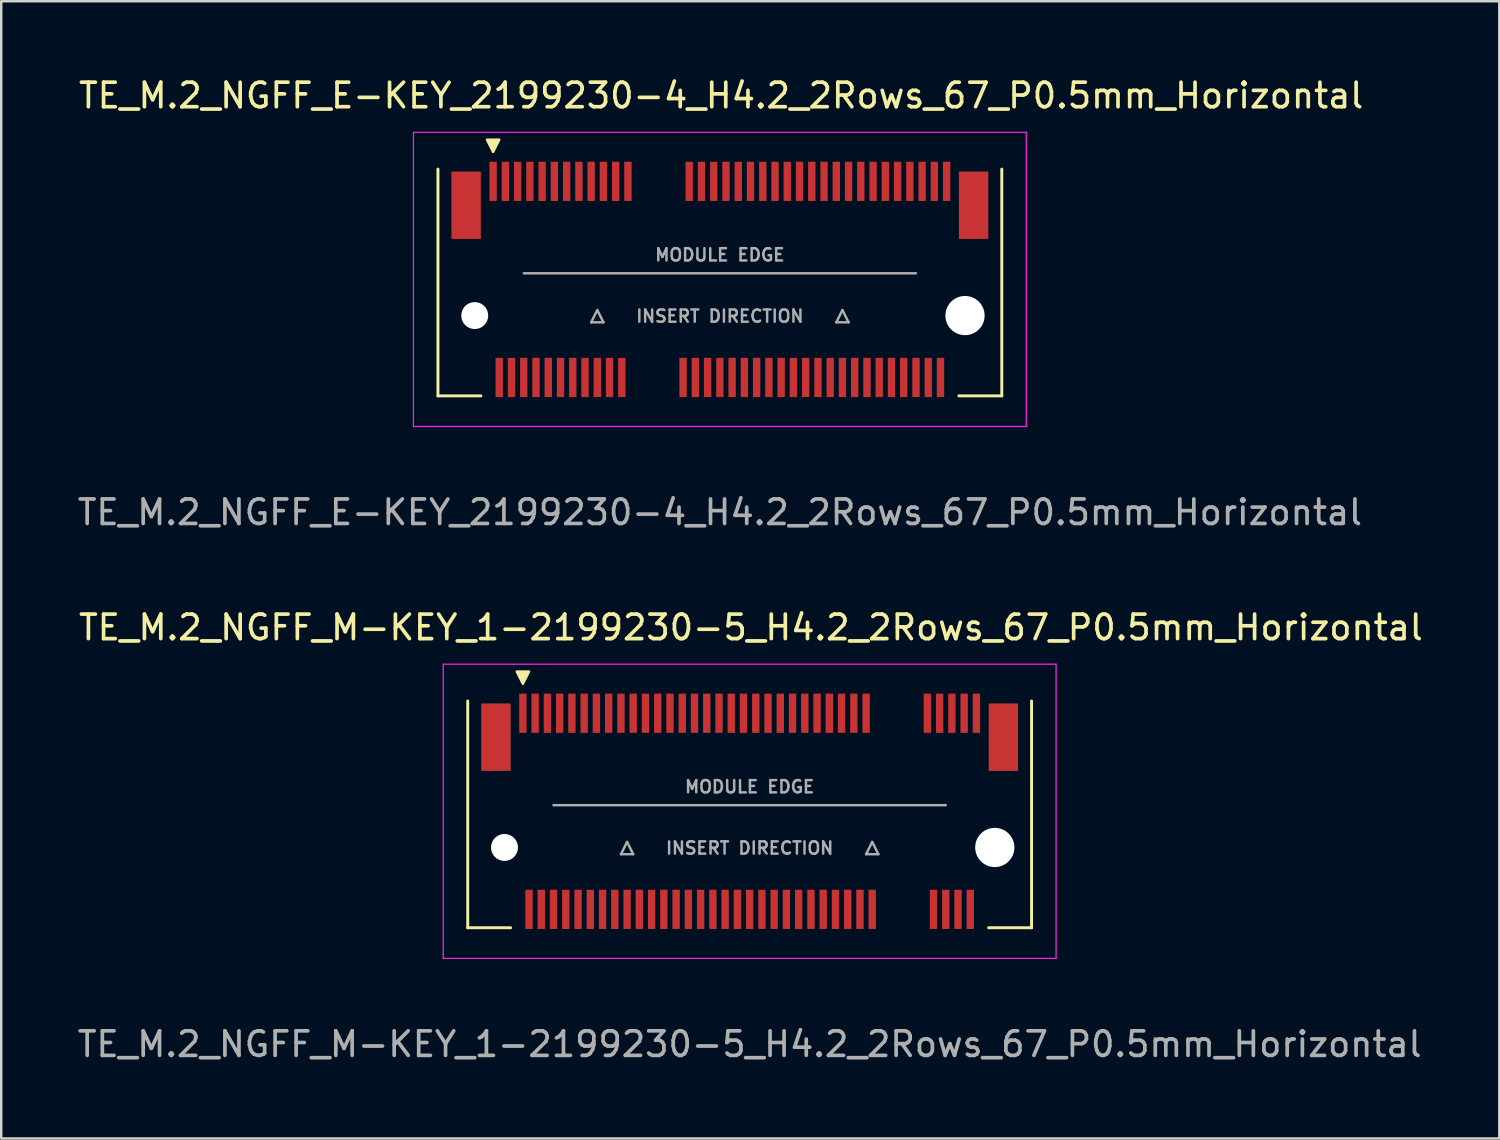
<source format=kicad_pcb>
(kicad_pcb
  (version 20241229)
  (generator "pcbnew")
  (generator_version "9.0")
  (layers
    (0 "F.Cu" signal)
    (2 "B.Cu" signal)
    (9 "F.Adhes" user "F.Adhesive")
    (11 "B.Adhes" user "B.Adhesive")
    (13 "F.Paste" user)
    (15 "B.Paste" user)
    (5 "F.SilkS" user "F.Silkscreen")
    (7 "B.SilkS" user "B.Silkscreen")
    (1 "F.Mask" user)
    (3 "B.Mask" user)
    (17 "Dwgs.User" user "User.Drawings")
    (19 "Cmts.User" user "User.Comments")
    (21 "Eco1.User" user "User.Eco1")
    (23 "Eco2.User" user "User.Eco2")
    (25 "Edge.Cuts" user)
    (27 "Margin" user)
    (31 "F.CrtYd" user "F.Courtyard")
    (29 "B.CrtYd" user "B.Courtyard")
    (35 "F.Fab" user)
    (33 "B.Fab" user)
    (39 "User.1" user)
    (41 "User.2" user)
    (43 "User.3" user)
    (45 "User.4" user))
  (footprint "TE_M.2_NGFF_E-KEY_2199230-4_H4.2_2Rows_67_P0.5mm_Horizontal"
    (layer "F.Cu")
    (at 26.315 8.348)
    (property "Reference" "TE_M.2_NGFF_E-KEY_2199230-4_H4.2_2Rows_67_P0.5mm_Horizontal" (at 0.05 -7.5 0) (layer "F.SilkS") (effects (font (size 1 1) (thickness 0.15))))
    (attr smd)
    (fp_line (start -11.5 4.75) (end -11.5 -4.5) (stroke (width 0.12) (type solid)) (layer "F.SilkS"))
    (fp_line (start -9.75 4.75) (end -11.5 4.75) (stroke (width 0.12) (type solid)) (layer "F.SilkS"))
    (fp_line (start 11.5 4.75) (end 9.75 4.75) (stroke (width 0.12) (type solid)) (layer "F.SilkS"))
    (fp_line (start 11.5 4.75) (end 11.5 -4.5) (stroke (width 0.12) (type solid)) (layer "F.SilkS"))
    (fp_poly (pts (xy -9.25 -5.2) (xy -9.5 -5.7) (xy -9 -5.7)) (stroke (width 0.1) (type solid)) (fill yes) (layer "F.SilkS"))
    (fp_line (start -12.5 -6) (end -12.5 6) (stroke (width 0.05) (type solid)) (layer "F.CrtYd"))
    (fp_line (start -12.5 6) (end 12.5 6) (stroke (width 0.05) (type solid)) (layer "F.CrtYd"))
    (fp_line (start 12.5 -6) (end -12.5 -6) (stroke (width 0.05) (type solid)) (layer "F.CrtYd"))
    (fp_line (start 12.5 6) (end 12.5 -6) (stroke (width 0.05) (type solid)) (layer "F.CrtYd"))
    (fp_line (start -5.25 1.75) (end -4.75 1.75) (stroke (width 0.1) (type solid)) (layer "F.Fab"))
    (fp_line (start -5 1.25) (end -5.25 1.75) (stroke (width 0.1) (type solid)) (layer "F.Fab"))
    (fp_line (start -4.75 1.75) (end -5 1.25) (stroke (width 0.1) (type solid)) (layer "F.Fab"))
    (fp_line (start 4.75 1.75) (end 5.25 1.75) (stroke (width 0.1) (type solid)) (layer "F.Fab"))
    (fp_line (start 5 1.25) (end 4.75 1.75) (stroke (width 0.1) (type solid)) (layer "F.Fab"))
    (fp_line (start 5.25 1.75) (end 5 1.25) (stroke (width 0.1) (type solid)) (layer "F.Fab"))
    (fp_line (start 8 -0.25) (end -8 -0.25) (stroke (width 0.1) (type solid)) (layer "F.Fab"))
    (fp_text user "MODULE EDGE" (at 0 -1 0) (layer "F.Fab") (effects (font (size 0.5 0.5) (thickness 0.1))))
    (fp_text user "${REFERENCE}" (at 0 9.5 0) (layer "F.Fab") (effects (font (size 1 1) (thickness 0.15))))
    (fp_text user "INSERT DIRECTION" (at 0 1.5 0) (layer "F.Fab") (effects (font (size 0.5 0.5) (thickness 0.1))))
    (pad "" smd rect (at -10.35 -3.025) (size 1.2 2.75) (layers "F.Cu" "F.Mask" "F.Paste"))
    (pad "" np_thru_hole circle (at -10 1.475) (size 1.1 1.1) (drill 1.1) (layers "*.Cu" "*.Mask"))
    (pad "" np_thru_hole circle (at 10 1.475) (size 1.6 1.6) (drill 1.6) (layers "*.Cu" "*.Mask"))
    (pad "" smd rect (at 10.35 -3.025) (size 1.2 2.75) (layers "F.Cu" "F.Mask" "F.Paste"))
    (pad "1" smd rect (at -9.25 -4) (size 0.3 1.6) (layers "F.Cu" "F.Mask" "F.Paste"))
    (pad "2" smd rect (at -9 4) (size 0.3 1.6) (layers "F.Cu" "F.Mask" "F.Paste"))
    (pad "3" smd rect (at -8.75 -4) (size 0.3 1.6) (layers "F.Cu" "F.Mask" "F.Paste"))
    (pad "4" smd rect (at -8.5 4) (size 0.3 1.6) (layers "F.Cu" "F.Mask" "F.Paste"))
    (pad "5" smd rect (at -8.25 -4) (size 0.3 1.6) (layers "F.Cu" "F.Mask" "F.Paste"))
    (pad "6" smd rect (at -8 4) (size 0.3 1.6) (layers "F.Cu" "F.Mask" "F.Paste"))
    (pad "7" smd rect (at -7.75 -4) (size 0.3 1.6) (layers "F.Cu" "F.Mask" "F.Paste"))
    (pad "8" smd rect (at -7.5 4) (size 0.3 1.6) (layers "F.Cu" "F.Mask" "F.Paste"))
    (pad "9" smd rect (at -7.25 -4) (size 0.3 1.6) (layers "F.Cu" "F.Mask" "F.Paste"))
    (pad "10" smd rect (at -7 4) (size 0.3 1.6) (layers "F.Cu" "F.Mask" "F.Paste"))
    (pad "11" smd rect (at -6.75 -4) (size 0.3 1.6) (layers "F.Cu" "F.Mask" "F.Paste"))
    (pad "12" smd rect (at -6.5 4) (size 0.3 1.6) (layers "F.Cu" "F.Mask" "F.Paste"))
    (pad "13" smd rect (at -6.25 -4) (size 0.3 1.6) (layers "F.Cu" "F.Mask" "F.Paste"))
    (pad "14" smd rect (at -6 4) (size 0.3 1.6) (layers "F.Cu" "F.Mask" "F.Paste"))
    (pad "15" smd rect (at -5.75 -4) (size 0.3 1.6) (layers "F.Cu" "F.Mask" "F.Paste"))
    (pad "16" smd rect (at -5.5 4) (size 0.3 1.6) (layers "F.Cu" "F.Mask" "F.Paste"))
    (pad "17" smd rect (at -5.25 -4) (size 0.3 1.6) (layers "F.Cu" "F.Mask" "F.Paste"))
    (pad "18" smd rect (at -5 4) (size 0.3 1.6) (layers "F.Cu" "F.Mask" "F.Paste"))
    (pad "19" smd rect (at -4.75 -4) (size 0.3 1.6) (layers "F.Cu" "F.Mask" "F.Paste"))
    (pad "20" smd rect (at -4.5 4) (size 0.3 1.6) (layers "F.Cu" "F.Mask" "F.Paste"))
    (pad "21" smd rect (at -4.25 -4) (size 0.3 1.6) (layers "F.Cu" "F.Mask" "F.Paste"))
    (pad "22" smd rect (at -4 4) (size 0.3 1.6) (layers "F.Cu" "F.Mask" "F.Paste"))
    (pad "23" smd rect (at -3.75 -4) (size 0.3 1.6) (layers "F.Cu" "F.Mask" "F.Paste"))
    (pad "32" smd rect (at -1.5 4) (size 0.3 1.6) (layers "F.Cu" "F.Mask" "F.Paste"))
    (pad "33" smd rect (at -1.25 -4) (size 0.3 1.6) (layers "F.Cu" "F.Mask" "F.Paste"))
    (pad "34" smd rect (at -1 4) (size 0.3 1.6) (layers "F.Cu" "F.Mask" "F.Paste"))
    (pad "35" smd rect (at -0.75 -4) (size 0.3 1.6) (layers "F.Cu" "F.Mask" "F.Paste"))
    (pad "36" smd rect (at -0.5 4) (size 0.3 1.6) (layers "F.Cu" "F.Mask" "F.Paste"))
    (pad "37" smd rect (at -0.25 -4) (size 0.3 1.6) (layers "F.Cu" "F.Mask" "F.Paste"))
    (pad "38" smd rect (at 0 4) (size 0.3 1.6) (layers "F.Cu" "F.Mask" "F.Paste"))
    (pad "39" smd rect (at 0.25 -4) (size 0.3 1.6) (layers "F.Cu" "F.Mask" "F.Paste"))
    (pad "40" smd rect (at 0.5 4) (size 0.3 1.6) (layers "F.Cu" "F.Mask" "F.Paste"))
    (pad "41" smd rect (at 0.75 -4) (size 0.3 1.6) (layers "F.Cu" "F.Mask" "F.Paste"))
    (pad "42" smd rect (at 1 4) (size 0.3 1.6) (layers "F.Cu" "F.Mask" "F.Paste"))
    (pad "43" smd rect (at 1.25 -4) (size 0.3 1.6) (layers "F.Cu" "F.Mask" "F.Paste"))
    (pad "44" smd rect (at 1.5 4) (size 0.3 1.6) (layers "F.Cu" "F.Mask" "F.Paste"))
    (pad "45" smd rect (at 1.75 -4) (size 0.3 1.6) (layers "F.Cu" "F.Mask" "F.Paste"))
    (pad "46" smd rect (at 2 4) (size 0.3 1.6) (layers "F.Cu" "F.Mask" "F.Paste"))
    (pad "47" smd rect (at 2.25 -4) (size 0.3 1.6) (layers "F.Cu" "F.Mask" "F.Paste"))
    (pad "48" smd rect (at 2.5 4) (size 0.3 1.6) (layers "F.Cu" "F.Mask" "F.Paste"))
    (pad "49" smd rect (at 2.75 -4) (size 0.3 1.6) (layers "F.Cu" "F.Mask" "F.Paste"))
    (pad "50" smd rect (at 3 4) (size 0.3 1.6) (layers "F.Cu" "F.Mask" "F.Paste"))
    (pad "51" smd rect (at 3.25 -4) (size 0.3 1.6) (layers "F.Cu" "F.Mask" "F.Paste"))
    (pad "52" smd rect (at 3.5 4) (size 0.3 1.6) (layers "F.Cu" "F.Mask" "F.Paste"))
    (pad "53" smd rect (at 3.75 -4) (size 0.3 1.6) (layers "F.Cu" "F.Mask" "F.Paste"))
    (pad "54" smd rect (at 4 4) (size 0.3 1.6) (layers "F.Cu" "F.Mask" "F.Paste"))
    (pad "55" smd rect (at 4.25 -4) (size 0.3 1.6) (layers "F.Cu" "F.Mask" "F.Paste"))
    (pad "56" smd rect (at 4.5 4) (size 0.3 1.6) (layers "F.Cu" "F.Mask" "F.Paste"))
    (pad "57" smd rect (at 4.75 -4) (size 0.3 1.6) (layers "F.Cu" "F.Mask" "F.Paste"))
    (pad "58" smd rect (at 5 4) (size 0.3 1.6) (layers "F.Cu" "F.Mask" "F.Paste"))
    (pad "59" smd rect (at 5.25 -4) (size 0.3 1.6) (layers "F.Cu" "F.Mask" "F.Paste"))
    (pad "60" smd rect (at 5.5 4) (size 0.3 1.6) (layers "F.Cu" "F.Mask" "F.Paste"))
    (pad "61" smd rect (at 5.75 -4) (size 0.3 1.6) (layers "F.Cu" "F.Mask" "F.Paste"))
    (pad "62" smd rect (at 6 4) (size 0.3 1.6) (layers "F.Cu" "F.Mask" "F.Paste"))
    (pad "63" smd rect (at 6.25 -4) (size 0.3 1.6) (layers "F.Cu" "F.Mask" "F.Paste"))
    (pad "64" smd rect (at 6.5 4) (size 0.3 1.6) (layers "F.Cu" "F.Mask" "F.Paste"))
    (pad "65" smd rect (at 6.75 -4) (size 0.3 1.6) (layers "F.Cu" "F.Mask" "F.Paste"))
    (pad "66" smd rect (at 7 4) (size 0.3 1.6) (layers "F.Cu" "F.Mask" "F.Paste"))
    (pad "67" smd rect (at 7.25 -4) (size 0.3 1.6) (layers "F.Cu" "F.Mask" "F.Paste"))
    (pad "68" smd rect (at 7.5 4) (size 0.3 1.6) (layers "F.Cu" "F.Mask" "F.Paste"))
    (pad "69" smd rect (at 7.75 -4) (size 0.3 1.6) (layers "F.Cu" "F.Mask" "F.Paste"))
    (pad "70" smd rect (at 8 4) (size 0.3 1.6) (layers "F.Cu" "F.Mask" "F.Paste"))
    (pad "71" smd rect (at 8.25 -4) (size 0.3 1.6) (layers "F.Cu" "F.Mask" "F.Paste"))
    (pad "72" smd rect (at 8.5 4) (size 0.3 1.6) (layers "F.Cu" "F.Mask" "F.Paste"))
    (pad "73" smd rect (at 8.75 -4) (size 0.3 1.6) (layers "F.Cu" "F.Mask" "F.Paste"))
    (pad "74" smd rect (at 9 4) (size 0.3 1.6) (layers "F.Cu" "F.Mask" "F.Paste"))
    (pad "75" smd rect (at 9.25 -4) (size 0.3 1.6) (layers "F.Cu" "F.Mask" "F.Paste")))
  (footprint "TE_M.2_NGFF_M-KEY_1-2199230-5_H4.2_2Rows_67_P0.5mm_Horizontal"
    (layer "F.Cu")
    (at 27.53 30.045)
    (property "Reference" "TE_M.2_NGFF_M-KEY_1-2199230-5_H4.2_2Rows_67_P0.5mm_Horizontal" (at 0.05 -7.5 0) (layer "F.SilkS") (effects (font (size 1 1) (thickness 0.15))))
    (attr smd)
    (fp_line (start -11.5 4.75) (end -11.5 -4.5) (stroke (width 0.12) (type solid)) (layer "F.SilkS"))
    (fp_line (start -9.75 4.75) (end -11.5 4.75) (stroke (width 0.12) (type solid)) (layer "F.SilkS"))
    (fp_line (start 11.5 4.75) (end 9.75 4.75) (stroke (width 0.12) (type solid)) (layer "F.SilkS"))
    (fp_line (start 11.5 4.75) (end 11.5 -4.5) (stroke (width 0.12) (type solid)) (layer "F.SilkS"))
    (fp_poly (pts (xy -9.25 -5.2) (xy -9.5 -5.7) (xy -9 -5.7)) (stroke (width 0.1) (type solid)) (fill yes) (layer "F.SilkS"))
    (fp_line (start -12.5 -6) (end -12.5 6) (stroke (width 0.05) (type solid)) (layer "F.CrtYd"))
    (fp_line (start -12.5 6) (end 12.5 6) (stroke (width 0.05) (type solid)) (layer "F.CrtYd"))
    (fp_line (start 12.5 -6) (end -12.5 -6) (stroke (width 0.05) (type solid)) (layer "F.CrtYd"))
    (fp_line (start 12.5 6) (end 12.5 -6) (stroke (width 0.05) (type solid)) (layer "F.CrtYd"))
    (fp_line (start -5.25 1.75) (end -4.75 1.75) (stroke (width 0.1) (type solid)) (layer "F.Fab"))
    (fp_line (start -5 1.25) (end -5.25 1.75) (stroke (width 0.1) (type solid)) (layer "F.Fab"))
    (fp_line (start -4.75 1.75) (end -5 1.25) (stroke (width 0.1) (type solid)) (layer "F.Fab"))
    (fp_line (start 4.75 1.75) (end 5.25 1.75) (stroke (width 0.1) (type solid)) (layer "F.Fab"))
    (fp_line (start 5 1.25) (end 4.75 1.75) (stroke (width 0.1) (type solid)) (layer "F.Fab"))
    (fp_line (start 5.25 1.75) (end 5 1.25) (stroke (width 0.1) (type solid)) (layer "F.Fab"))
    (fp_line (start 8 -0.25) (end -8 -0.25) (stroke (width 0.1) (type solid)) (layer "F.Fab"))
    (fp_text user "${REFERENCE}" (at 0 9.5 0) (layer "F.Fab") (effects (font (size 1 1) (thickness 0.15))))
    (fp_text user "INSERT DIRECTION" (at 0 1.5 0) (layer "F.Fab") (effects (font (size 0.5 0.5) (thickness 0.1))))
    (fp_text user "MODULE EDGE" (at 0 -1 0) (layer "F.Fab") (effects (font (size 0.5 0.5) (thickness 0.1))))
    (pad "" smd rect (at -10.35 -3.025) (size 1.2 2.75) (layers "F.Cu" "F.Mask" "F.Paste"))
    (pad "" np_thru_hole circle (at -10 1.475) (size 1.1 1.1) (drill 1.1) (layers "*.Cu" "*.Mask"))
    (pad "" np_thru_hole circle (at 10 1.475) (size 1.6 1.6) (drill 1.6) (layers "*.Cu" "*.Mask"))
    (pad "" smd rect (at 10.35 -3.025) (size 1.2 2.75) (layers "F.Cu" "F.Mask" "F.Paste"))
    (pad "1" smd rect (at -9.25 -4) (size 0.3 1.6) (layers "F.Cu" "F.Mask" "F.Paste"))
    (pad "2" smd rect (at -9 4) (size 0.3 1.6) (layers "F.Cu" "F.Mask" "F.Paste"))
    (pad "3" smd rect (at -8.75 -4) (size 0.3 1.6) (layers "F.Cu" "F.Mask" "F.Paste"))
    (pad "4" smd rect (at -8.5 4) (size 0.3 1.6) (layers "F.Cu" "F.Mask" "F.Paste"))
    (pad "5" smd rect (at -8.25 -4) (size 0.3 1.6) (layers "F.Cu" "F.Mask" "F.Paste"))
    (pad "6" smd rect (at -8 4) (size 0.3 1.6) (layers "F.Cu" "F.Mask" "F.Paste"))
    (pad "7" smd rect (at -7.75 -4) (size 0.3 1.6) (layers "F.Cu" "F.Mask" "F.Paste"))
    (pad "8" smd rect (at -7.5 4) (size 0.3 1.6) (layers "F.Cu" "F.Mask" "F.Paste"))
    (pad "9" smd rect (at -7.25 -4) (size 0.3 1.6) (layers "F.Cu" "F.Mask" "F.Paste"))
    (pad "10" smd rect (at -7 4) (size 0.3 1.6) (layers "F.Cu" "F.Mask" "F.Paste"))
    (pad "11" smd rect (at -6.75 -4) (size 0.3 1.6) (layers "F.Cu" "F.Mask" "F.Paste"))
    (pad "12" smd rect (at -6.5 4) (size 0.3 1.6) (layers "F.Cu" "F.Mask" "F.Paste"))
    (pad "13" smd rect (at -6.25 -4) (size 0.3 1.6) (layers "F.Cu" "F.Mask" "F.Paste"))
    (pad "14" smd rect (at -6 4) (size 0.3 1.6) (layers "F.Cu" "F.Mask" "F.Paste"))
    (pad "15" smd rect (at -5.75 -4) (size 0.3 1.6) (layers "F.Cu" "F.Mask" "F.Paste"))
    (pad "16" smd rect (at -5.5 4) (size 0.3 1.6) (layers "F.Cu" "F.Mask" "F.Paste"))
    (pad "17" smd rect (at -5.25 -4) (size 0.3 1.6) (layers "F.Cu" "F.Mask" "F.Paste"))
    (pad "18" smd rect (at -5 4) (size 0.3 1.6) (layers "F.Cu" "F.Mask" "F.Paste"))
    (pad "19" smd rect (at -4.75 -4) (size 0.3 1.6) (layers "F.Cu" "F.Mask" "F.Paste"))
    (pad "20" smd rect (at -4.5 4) (size 0.3 1.6) (layers "F.Cu" "F.Mask" "F.Paste"))
    (pad "21" smd rect (at -4.25 -4) (size 0.3 1.6) (layers "F.Cu" "F.Mask" "F.Paste"))
    (pad "22" smd rect (at -4 4) (size 0.3 1.6) (layers "F.Cu" "F.Mask" "F.Paste"))
    (pad "23" smd rect (at -3.75 -4) (size 0.3 1.6) (layers "F.Cu" "F.Mask" "F.Paste"))
    (pad "24" smd rect (at -3.5 4) (size 0.3 1.6) (layers "F.Cu" "F.Mask" "F.Paste"))
    (pad "25" smd rect (at -3.25 -4) (size 0.3 1.6) (layers "F.Cu" "F.Mask" "F.Paste"))
    (pad "26" smd rect (at -3 4) (size 0.3 1.6) (layers "F.Cu" "F.Mask" "F.Paste"))
    (pad "27" smd rect (at -2.75 -4) (size 0.3 1.6) (layers "F.Cu" "F.Mask" "F.Paste"))
    (pad "28" smd rect (at -2.5 4) (size 0.3 1.6) (layers "F.Cu" "F.Mask" "F.Paste"))
    (pad "29" smd rect (at -2.25 -4) (size 0.3 1.6) (layers "F.Cu" "F.Mask" "F.Paste"))
    (pad "30" smd rect (at -2 4) (size 0.3 1.6) (layers "F.Cu" "F.Mask" "F.Paste"))
    (pad "31" smd rect (at -1.75 -4) (size 0.3 1.6) (layers "F.Cu" "F.Mask" "F.Paste"))
    (pad "32" smd rect (at -1.5 4) (size 0.3 1.6) (layers "F.Cu" "F.Mask" "F.Paste"))
    (pad "33" smd rect (at -1.25 -4) (size 0.3 1.6) (layers "F.Cu" "F.Mask" "F.Paste"))
    (pad "34" smd rect (at -1 4) (size 0.3 1.6) (layers "F.Cu" "F.Mask" "F.Paste"))
    (pad "35" smd rect (at -0.75 -4) (size 0.3 1.6) (layers "F.Cu" "F.Mask" "F.Paste"))
    (pad "36" smd rect (at -0.5 4) (size 0.3 1.6) (layers "F.Cu" "F.Mask" "F.Paste"))
    (pad "37" smd rect (at -0.25 -4) (size 0.3 1.6) (layers "F.Cu" "F.Mask" "F.Paste"))
    (pad "38" smd rect (at 0 4) (size 0.3 1.6) (layers "F.Cu" "F.Mask" "F.Paste"))
    (pad "39" smd rect (at 0.25 -4) (size 0.3 1.6) (layers "F.Cu" "F.Mask" "F.Paste"))
    (pad "40" smd rect (at 0.5 4) (size 0.3 1.6) (layers "F.Cu" "F.Mask" "F.Paste"))
    (pad "41" smd rect (at 0.75 -4) (size 0.3 1.6) (layers "F.Cu" "F.Mask" "F.Paste"))
    (pad "42" smd rect (at 1 4) (size 0.3 1.6) (layers "F.Cu" "F.Mask" "F.Paste"))
    (pad "43" smd rect (at 1.25 -4) (size 0.3 1.6) (layers "F.Cu" "F.Mask" "F.Paste"))
    (pad "44" smd rect (at 1.5 4) (size 0.3 1.6) (layers "F.Cu" "F.Mask" "F.Paste"))
    (pad "45" smd rect (at 1.75 -4) (size 0.3 1.6) (layers "F.Cu" "F.Mask" "F.Paste"))
    (pad "46" smd rect (at 2 4) (size 0.3 1.6) (layers "F.Cu" "F.Mask" "F.Paste"))
    (pad "47" smd rect (at 2.25 -4) (size 0.3 1.6) (layers "F.Cu" "F.Mask" "F.Paste"))
    (pad "48" smd rect (at 2.5 4) (size 0.3 1.6) (layers "F.Cu" "F.Mask" "F.Paste"))
    (pad "49" smd rect (at 2.75 -4) (size 0.3 1.6) (layers "F.Cu" "F.Mask" "F.Paste"))
    (pad "50" smd rect (at 3 4) (size 0.3 1.6) (layers "F.Cu" "F.Mask" "F.Paste"))
    (pad "51" smd rect (at 3.25 -4) (size 0.3 1.6) (layers "F.Cu" "F.Mask" "F.Paste"))
    (pad "52" smd rect (at 3.5 4) (size 0.3 1.6) (layers "F.Cu" "F.Mask" "F.Paste"))
    (pad "53" smd rect (at 3.75 -4) (size 0.3 1.6) (layers "F.Cu" "F.Mask" "F.Paste"))
    (pad "54" smd rect (at 4 4) (size 0.3 1.6) (layers "F.Cu" "F.Mask" "F.Paste"))
    (pad "55" smd rect (at 4.25 -4) (size 0.3 1.6) (layers "F.Cu" "F.Mask" "F.Paste"))
    (pad "56" smd rect (at 4.5 4) (size 0.3 1.6) (layers "F.Cu" "F.Mask" "F.Paste"))
    (pad "57" smd rect (at 4.75 -4) (size 0.3 1.6) (layers "F.Cu" "F.Mask" "F.Paste"))
    (pad "58" smd rect (at 5 4) (size 0.3 1.6) (layers "F.Cu" "F.Mask" "F.Paste"))
    (pad "67" smd rect (at 7.25 -4) (size 0.3 1.6) (layers "F.Cu" "F.Mask" "F.Paste"))
    (pad "68" smd rect (at 7.5 4) (size 0.3 1.6) (layers "F.Cu" "F.Mask" "F.Paste"))
    (pad "69" smd rect (at 7.75 -4) (size 0.3 1.6) (layers "F.Cu" "F.Mask" "F.Paste"))
    (pad "70" smd rect (at 8 4) (size 0.3 1.6) (layers "F.Cu" "F.Mask" "F.Paste"))
    (pad "71" smd rect (at 8.25 -4) (size 0.3 1.6) (layers "F.Cu" "F.Mask" "F.Paste"))
    (pad "72" smd rect (at 8.5 4) (size 0.3 1.6) (layers "F.Cu" "F.Mask" "F.Paste"))
    (pad "73" smd rect (at 8.75 -4) (size 0.3 1.6) (layers "F.Cu" "F.Mask" "F.Paste"))
    (pad "74" smd rect (at 9 4) (size 0.3 1.6) (layers "F.Cu" "F.Mask" "F.Paste"))
    (pad "75" smd rect (at 9.25 -4) (size 0.3 1.6) (layers "F.Cu" "F.Mask" "F.Paste")))
  (gr_rect
    (start -3 -3)
    (end 58.11 43.393)
    (stroke (width 0.1) (type default))
    (fill no)
    (layer "Edge.Cuts")))
</source>
